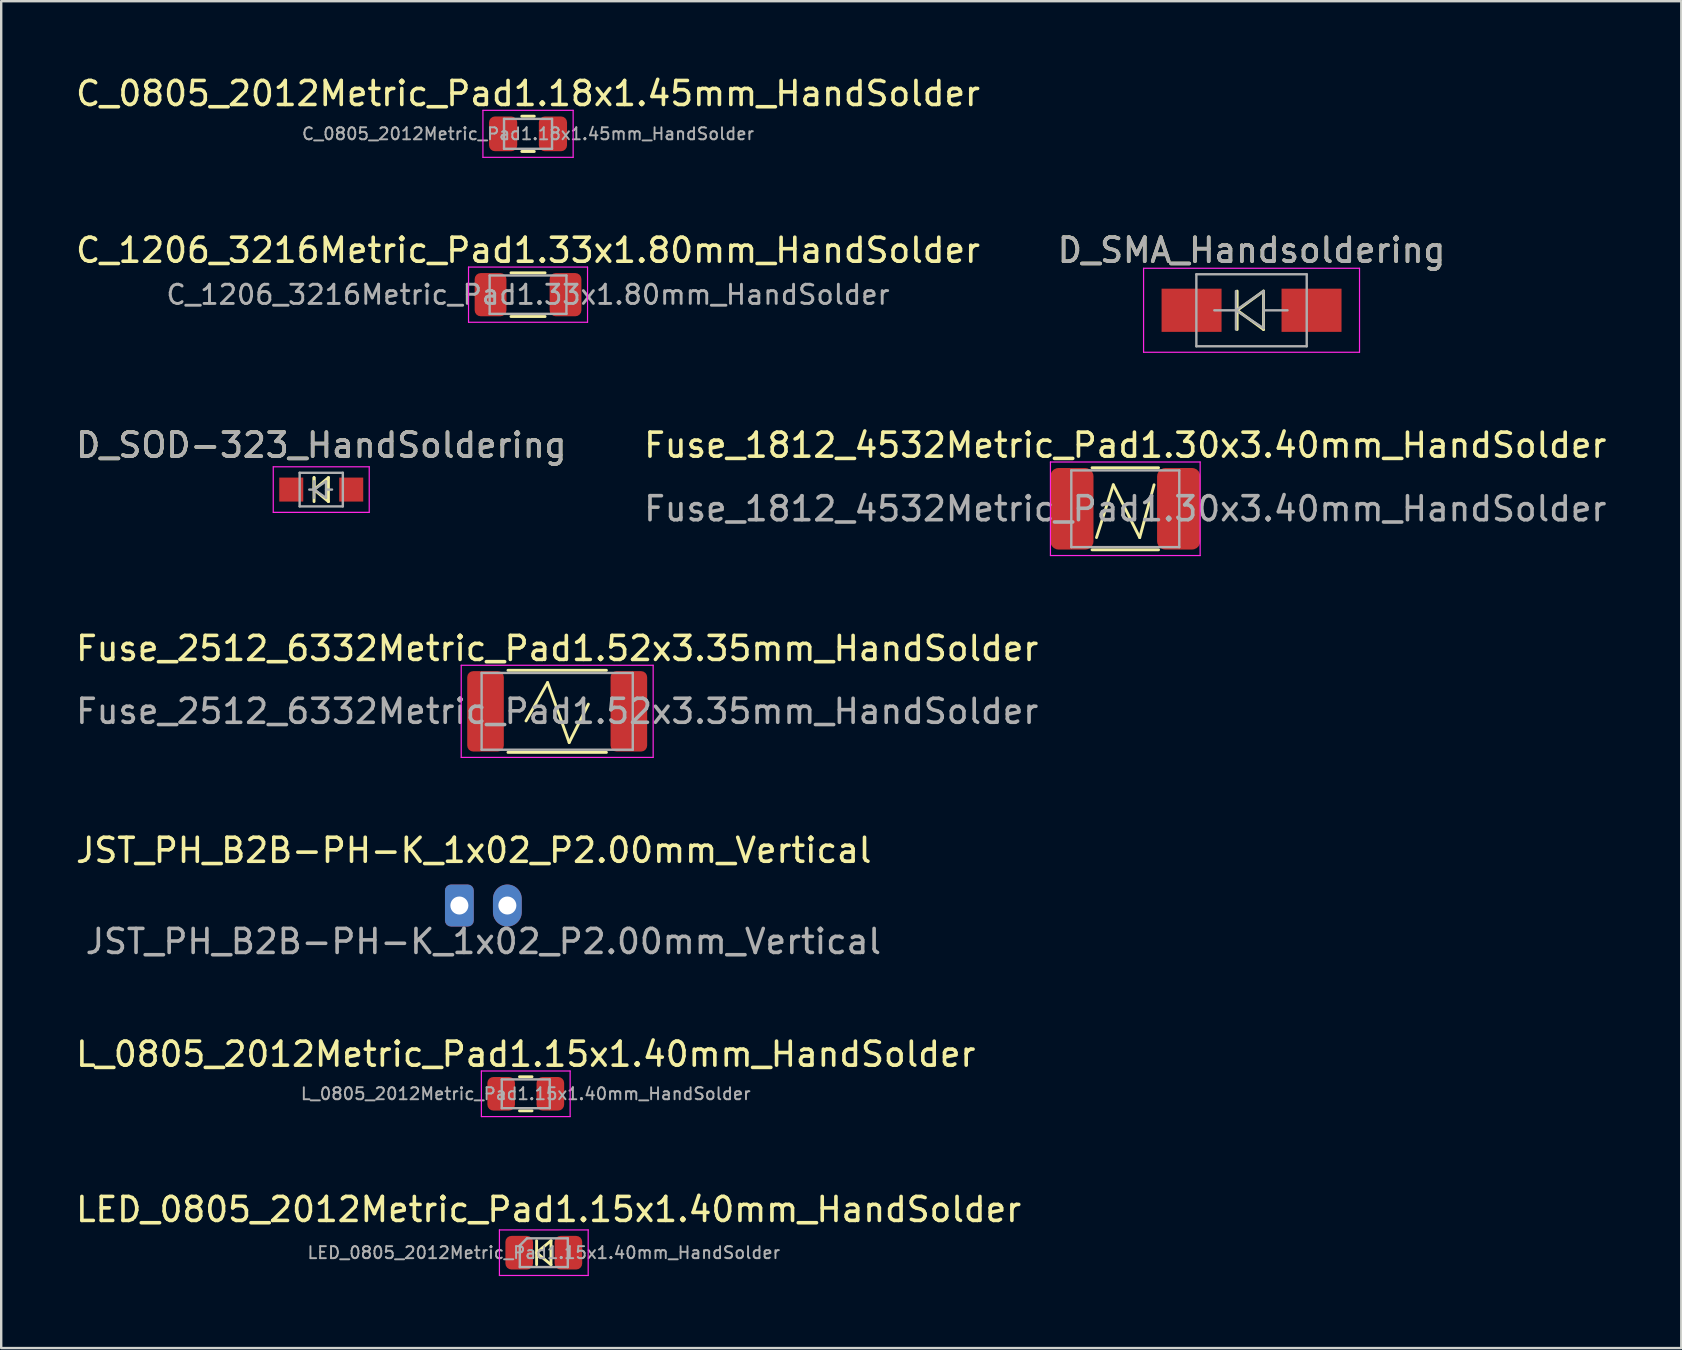
<source format=kicad_pcb>
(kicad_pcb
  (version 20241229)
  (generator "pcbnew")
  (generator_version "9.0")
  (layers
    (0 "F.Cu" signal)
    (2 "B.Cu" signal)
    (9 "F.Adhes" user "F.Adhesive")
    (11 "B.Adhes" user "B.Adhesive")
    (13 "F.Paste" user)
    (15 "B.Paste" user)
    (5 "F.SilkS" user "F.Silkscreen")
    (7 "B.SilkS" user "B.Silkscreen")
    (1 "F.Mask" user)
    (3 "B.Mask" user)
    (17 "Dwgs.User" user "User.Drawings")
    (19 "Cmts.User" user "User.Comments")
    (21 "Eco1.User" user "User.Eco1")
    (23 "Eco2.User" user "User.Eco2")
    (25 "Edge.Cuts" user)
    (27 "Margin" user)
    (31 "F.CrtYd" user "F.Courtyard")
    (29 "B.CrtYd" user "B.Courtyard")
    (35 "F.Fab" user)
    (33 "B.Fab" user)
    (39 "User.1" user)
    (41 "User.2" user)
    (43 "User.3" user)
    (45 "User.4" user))
  (footprint "LED_0805_2012Metric_Pad1.15x1.40mm_HandSolder"
    (layer "F.Cu")
    (at 19.615 49.161)
    (property "Reference" "LED_0805_2012Metric_Pad1.15x1.40mm_HandSolder" (at 0.2 -1.8 0) (layer "F.SilkS") (effects (font (size 1 1) (thickness 0.15))))
    (attr smd)
    (fp_line (start -0.3 -0.5) (end -0.3 0.5) (stroke (width 0.12) (type solid)) (layer "F.SilkS"))
    (fp_line (start -0.3 0) (end 0.3 -0.5) (stroke (width 0.12) (type solid)) (layer "F.SilkS"))
    (fp_line (start 0.3 -0.5) (end 0.3 0.5) (stroke (width 0.12) (type solid)) (layer "F.SilkS"))
    (fp_line (start 0.3 0.5) (end -0.3 0) (stroke (width 0.12) (type solid)) (layer "F.SilkS"))
    (fp_line (start -1.85 -0.95) (end 1.85 -0.95) (stroke (width 0.05) (type solid)) (layer "F.CrtYd"))
    (fp_line (start -1.85 0.95) (end -1.85 -0.95) (stroke (width 0.05) (type solid)) (layer "F.CrtYd"))
    (fp_line (start 1.85 -0.95) (end 1.85 0.95) (stroke (width 0.05) (type solid)) (layer "F.CrtYd"))
    (fp_line (start 1.85 0.95) (end -1.85 0.95) (stroke (width 0.05) (type solid)) (layer "F.CrtYd"))
    (fp_line (start -1 -0.3) (end -1 0.6) (stroke (width 0.1) (type solid)) (layer "F.Fab"))
    (fp_line (start -1 0.6) (end 1 0.6) (stroke (width 0.1) (type solid)) (layer "F.Fab"))
    (fp_line (start -0.7 -0.6) (end -1 -0.3) (stroke (width 0.1) (type solid)) (layer "F.Fab"))
    (fp_line (start 1 -0.6) (end -0.7 -0.6) (stroke (width 0.1) (type solid)) (layer "F.Fab"))
    (fp_line (start 1 0.6) (end 1 -0.6) (stroke (width 0.1) (type solid)) (layer "F.Fab"))
    (fp_text user "${REFERENCE}" (at 0 0 0) (layer "F.Fab") (effects (font (size 0.5 0.5) (thickness 0.08))))
    (pad "1" smd roundrect (at -1.025 0) (size 1.15 1.4) (layers "F.Cu" "F.Mask" "F.Paste") (roundrect_rratio 0.217))
    (pad "2" smd roundrect (at 1.025 0) (size 1.15 1.4) (layers "F.Cu" "F.Mask" "F.Paste") (roundrect_rratio 0.217)))
  (footprint "Fuse_2512_6332Metric_Pad1.52x3.35mm_HandSolder"
    (layer "F.Cu")
    (at 20.173 26.598)
    (property "Reference" "Fuse_2512_6332Metric_Pad1.52x3.35mm_HandSolder" (at 0 -2.62 0) (layer "F.SilkS") (effects (font (size 1 1) (thickness 0.15))))
    (attr smd)
    (fp_line (start -2.052 -1.71) (end 2.052 -1.71) (stroke (width 0.12) (type solid)) (layer "F.SilkS"))
    (fp_line (start -2.052 1.71) (end 2.052 1.71) (stroke (width 0.12) (type solid)) (layer "F.SilkS"))
    (fp_line (start -1.3 0.4) (end -0.4 -1.2) (stroke (width 0.12) (type solid)) (layer "F.SilkS"))
    (fp_line (start -0.4 -1.2) (end 0.5 1.3) (stroke (width 0.12) (type solid)) (layer "F.SilkS"))
    (fp_line (start 0.5 1.3) (end 1.3 -0.3) (stroke (width 0.12) (type solid)) (layer "F.SilkS"))
    (fp_line (start -4 -1.92) (end 4 -1.92) (stroke (width 0.05) (type solid)) (layer "F.CrtYd"))
    (fp_line (start -4 1.92) (end -4 -1.92) (stroke (width 0.05) (type solid)) (layer "F.CrtYd"))
    (fp_line (start 4 -1.92) (end 4 1.92) (stroke (width 0.05) (type solid)) (layer "F.CrtYd"))
    (fp_line (start 4 1.92) (end -4 1.92) (stroke (width 0.05) (type solid)) (layer "F.CrtYd"))
    (fp_line (start -3.15 -1.6) (end 3.15 -1.6) (stroke (width 0.1) (type solid)) (layer "F.Fab"))
    (fp_line (start -3.15 1.6) (end -3.15 -1.6) (stroke (width 0.1) (type solid)) (layer "F.Fab"))
    (fp_line (start 3.15 -1.6) (end 3.15 1.6) (stroke (width 0.1) (type solid)) (layer "F.Fab"))
    (fp_line (start 3.15 1.6) (end -3.15 1.6) (stroke (width 0.1) (type solid)) (layer "F.Fab"))
    (fp_text user "${REFERENCE}" (at 0 0 0) (layer "F.Fab") (effects (font (size 1 1) (thickness 0.15))))
    (pad "1" smd roundrect (at -2.987 0) (size 1.525 3.35) (layers "F.Cu" "F.Mask" "F.Paste") (roundrect_rratio 0.164))
    (pad "2" smd roundrect (at 2.987 0) (size 1.525 3.35) (layers "F.Cu" "F.Mask" "F.Paste") (roundrect_rratio 0.164)))
  (footprint "D_SMA_Handsoldering"
    (layer "F.Cu")
    (at 49.113 9.882)
    (property "Reference" "D_SMA_Handsoldering" (at 0 -2.5 0) (layer "F.SilkS") (effects (font (size 1 1) (thickness 0.15))))
    (attr smd)
    (fp_line (start -0.6 0) (end 0.5 -0.8) (stroke (width 0.12) (type solid)) (layer "F.SilkS"))
    (fp_line (start -0.6 0.8) (end -0.6 -0.8) (stroke (width 0.12) (type solid)) (layer "F.SilkS"))
    (fp_line (start 0.5 -0.8) (end 0.5 0.8) (stroke (width 0.12) (type solid)) (layer "F.SilkS"))
    (fp_line (start 0.5 0.8) (end -0.6 0) (stroke (width 0.12) (type solid)) (layer "F.SilkS"))
    (fp_line (start -4.5 -1.75) (end 4.5 -1.75) (stroke (width 0.05) (type solid)) (layer "F.CrtYd"))
    (fp_line (start -4.5 1.75) (end -4.5 -1.75) (stroke (width 0.05) (type solid)) (layer "F.CrtYd"))
    (fp_line (start 4.5 -1.75) (end 4.5 1.75) (stroke (width 0.05) (type solid)) (layer "F.CrtYd"))
    (fp_line (start 4.5 1.75) (end -4.5 1.75) (stroke (width 0.05) (type solid)) (layer "F.CrtYd"))
    (fp_line (start -2.3 1.5) (end -2.3 -1.5) (stroke (width 0.1) (type solid)) (layer "F.Fab"))
    (fp_line (start -0.649 -0.799) (end -0.649 0.801) (stroke (width 0.1) (type solid)) (layer "F.Fab"))
    (fp_line (start -0.649 0.001) (end -1.551 0.001) (stroke (width 0.1) (type solid)) (layer "F.Fab"))
    (fp_line (start -0.649 0.001) (end 0.501 -0.799) (stroke (width 0.1) (type solid)) (layer "F.Fab"))
    (fp_line (start -0.649 0.001) (end 0.501 0.75) (stroke (width 0.1) (type solid)) (layer "F.Fab"))
    (fp_line (start 0.501 0.001) (end 1.499 0.001) (stroke (width 0.1) (type solid)) (layer "F.Fab"))
    (fp_line (start 0.501 0.75) (end 0.501 -0.799) (stroke (width 0.1) (type solid)) (layer "F.Fab"))
    (fp_line (start 2.3 -1.5) (end -2.3 -1.5) (stroke (width 0.1) (type solid)) (layer "F.Fab"))
    (fp_line (start 2.3 -1.5) (end 2.3 1.5) (stroke (width 0.1) (type solid)) (layer "F.Fab"))
    (fp_line (start 2.3 1.5) (end -2.3 1.5) (stroke (width 0.1) (type solid)) (layer "F.Fab"))
    (fp_text user "${REFERENCE}" (at 0 -2.5 0) (layer "F.Fab") (effects (font (size 1 1) (thickness 0.15))))
    (pad "1" smd rect (at -2.5 0) (size 2.5 1.8) (layers "F.Cu" "F.Mask" "F.Paste"))
    (pad "2" smd rect (at 2.5 0) (size 2.5 1.8) (layers "F.Cu" "F.Mask" "F.Paste")))
  (footprint "D_SOD-323_HandSoldering"
    (layer "F.Cu")
    (at 10.339 17.355)
    (property "Reference" "D_SOD-323_HandSoldering" (at 0 -1.85 0) (layer "F.SilkS") (effects (font (size 1 1) (thickness 0.15))))
    (attr smd)
    (fp_line (start -0.3 -0.5) (end -0.3 0.5) (stroke (width 0.12) (type solid)) (layer "F.SilkS"))
    (fp_line (start -0.3 0) (end -0.3 -0.5) (stroke (width 0.12) (type solid)) (layer "F.SilkS"))
    (fp_line (start -0.3 0) (end 0.3 -0.5) (stroke (width 0.12) (type solid)) (layer "F.SilkS"))
    (fp_line (start 0.3 -0.5) (end 0.3 0.5) (stroke (width 0.12) (type solid)) (layer "F.SilkS"))
    (fp_line (start 0.3 0.5) (end -0.3 0) (stroke (width 0.12) (type solid)) (layer "F.SilkS"))
    (fp_line (start -2 -0.95) (end -2 0.95) (stroke (width 0.05) (type solid)) (layer "F.CrtYd"))
    (fp_line (start -2 -0.95) (end 2 -0.95) (stroke (width 0.05) (type solid)) (layer "F.CrtYd"))
    (fp_line (start -2 0.95) (end 2 0.95) (stroke (width 0.05) (type solid)) (layer "F.CrtYd"))
    (fp_line (start 2 -0.95) (end 2 0.95) (stroke (width 0.05) (type solid)) (layer "F.CrtYd"))
    (fp_line (start -0.9 -0.7) (end 0.9 -0.7) (stroke (width 0.1) (type solid)) (layer "F.Fab"))
    (fp_line (start -0.9 0.7) (end -0.9 -0.7) (stroke (width 0.1) (type solid)) (layer "F.Fab"))
    (fp_line (start -0.3 -0.35) (end -0.3 0.35) (stroke (width 0.1) (type solid)) (layer "F.Fab"))
    (fp_line (start -0.3 0) (end -0.5 0) (stroke (width 0.1) (type solid)) (layer "F.Fab"))
    (fp_line (start -0.3 0) (end 0.2 -0.35) (stroke (width 0.1) (type solid)) (layer "F.Fab"))
    (fp_line (start 0.2 -0.35) (end 0.2 0.35) (stroke (width 0.1) (type solid)) (layer "F.Fab"))
    (fp_line (start 0.2 0) (end 0.45 0) (stroke (width 0.1) (type solid)) (layer "F.Fab"))
    (fp_line (start 0.2 0.35) (end -0.3 0) (stroke (width 0.1) (type solid)) (layer "F.Fab"))
    (fp_line (start 0.9 -0.7) (end 0.9 0.7) (stroke (width 0.1) (type solid)) (layer "F.Fab"))
    (fp_line (start 0.9 0.7) (end -0.9 0.7) (stroke (width 0.1) (type solid)) (layer "F.Fab"))
    (fp_text user "${REFERENCE}" (at 0 -1.85 0) (layer "F.Fab") (effects (font (size 1 1) (thickness 0.15))))
    (pad "1" smd rect (at -1.25 0) (size 1 1) (layers "F.Cu" "F.Mask" "F.Paste"))
    (pad "2" smd rect (at 1.25 0) (size 1 1) (layers "F.Cu" "F.Mask" "F.Paste")))
  (footprint "L_0805_2012Metric_Pad1.15x1.40mm_HandSolder"
    (layer "F.Cu")
    (at 18.863 42.538)
    (property "Reference" "L_0805_2012Metric_Pad1.15x1.40mm_HandSolder" (at 0 -1.65 0) (layer "F.SilkS") (effects (font (size 1 1) (thickness 0.15))))
    (attr smd)
    (fp_line (start -0.261 -0.71) (end 0.261 -0.71) (stroke (width 0.12) (type solid)) (layer "F.SilkS"))
    (fp_line (start -0.261 0.71) (end 0.261 0.71) (stroke (width 0.12) (type solid)) (layer "F.SilkS"))
    (fp_line (start -1.85 -0.95) (end 1.85 -0.95) (stroke (width 0.05) (type solid)) (layer "F.CrtYd"))
    (fp_line (start -1.85 0.95) (end -1.85 -0.95) (stroke (width 0.05) (type solid)) (layer "F.CrtYd"))
    (fp_line (start 1.85 -0.95) (end 1.85 0.95) (stroke (width 0.05) (type solid)) (layer "F.CrtYd"))
    (fp_line (start 1.85 0.95) (end -1.85 0.95) (stroke (width 0.05) (type solid)) (layer "F.CrtYd"))
    (fp_line (start -1 -0.6) (end 1 -0.6) (stroke (width 0.1) (type solid)) (layer "F.Fab"))
    (fp_line (start -1 0.6) (end -1 -0.6) (stroke (width 0.1) (type solid)) (layer "F.Fab"))
    (fp_line (start 1 -0.6) (end 1 0.6) (stroke (width 0.1) (type solid)) (layer "F.Fab"))
    (fp_line (start 1 0.6) (end -1 0.6) (stroke (width 0.1) (type solid)) (layer "F.Fab"))
    (fp_text user "${REFERENCE}" (at 0 0 0) (layer "F.Fab") (effects (font (size 0.5 0.5) (thickness 0.08))))
    (pad "1" smd roundrect (at -1.025 0) (size 1.15 1.4) (layers "F.Cu" "F.Mask" "F.Paste") (roundrect_rratio 0.217))
    (pad "2" smd roundrect (at 1.025 0) (size 1.15 1.4) (layers "F.Cu" "F.Mask" "F.Paste") (roundrect_rratio 0.217)))
  (footprint "Fuse_1812_4532Metric_Pad1.30x3.40mm_HandSolder"
    (layer "F.Cu")
    (at 43.851 18.155)
    (property "Reference" "Fuse_1812_4532Metric_Pad1.30x3.40mm_HandSolder" (at 0 -2.65 0) (layer "F.SilkS") (effects (font (size 1 1) (thickness 0.15))))
    (attr smd)
    (fp_line (start -1.386 -1.71) (end 1.386 -1.71) (stroke (width 0.12) (type solid)) (layer "F.SilkS"))
    (fp_line (start -1.386 1.71) (end 1.386 1.71) (stroke (width 0.12) (type solid)) (layer "F.SilkS"))
    (fp_line (start -1.2 1.2) (end -0.5 -1) (stroke (width 0.12) (type solid)) (layer "F.SilkS"))
    (fp_line (start -0.5 -1) (end 0.6 1.2) (stroke (width 0.12) (type solid)) (layer "F.SilkS"))
    (fp_line (start 0.6 1.2) (end 1.2 -1) (stroke (width 0.12) (type solid)) (layer "F.SilkS"))
    (fp_line (start -3.12 -1.95) (end 3.12 -1.95) (stroke (width 0.05) (type solid)) (layer "F.CrtYd"))
    (fp_line (start -3.12 1.95) (end -3.12 -1.95) (stroke (width 0.05) (type solid)) (layer "F.CrtYd"))
    (fp_line (start 3.12 -1.95) (end 3.12 1.95) (stroke (width 0.05) (type solid)) (layer "F.CrtYd"))
    (fp_line (start 3.12 1.95) (end -3.12 1.95) (stroke (width 0.05) (type solid)) (layer "F.CrtYd"))
    (fp_line (start -2.25 -1.6) (end 2.25 -1.6) (stroke (width 0.1) (type solid)) (layer "F.Fab"))
    (fp_line (start -2.25 1.6) (end -2.25 -1.6) (stroke (width 0.1) (type solid)) (layer "F.Fab"))
    (fp_line (start 2.25 -1.6) (end 2.25 1.6) (stroke (width 0.1) (type solid)) (layer "F.Fab"))
    (fp_line (start 2.25 1.6) (end -2.25 1.6) (stroke (width 0.1) (type solid)) (layer "F.Fab"))
    (fp_text user "${REFERENCE}" (at 0 0 0) (layer "F.Fab") (effects (font (size 1 1) (thickness 0.15))))
    (pad "1" smd roundrect (at -2.225 0) (size 1.8 3.4) (layers "F.Cu" "F.Mask" "F.Paste") (roundrect_rratio 0.192))
    (pad "2" smd roundrect (at 2.225 0) (size 1.8 3.4) (layers "F.Cu" "F.Mask" "F.Paste") (roundrect_rratio 0.192)))
  (footprint "C_0805_2012Metric_Pad1.18x1.45mm_HandSolder"
    (layer "F.Cu")
    (at 18.958 2.528)
    (property "Reference" "C_0805_2012Metric_Pad1.18x1.45mm_HandSolder" (at 0 -1.68 0) (layer "F.SilkS") (effects (font (size 1 1) (thickness 0.15))))
    (attr smd)
    (fp_line (start -0.261 -0.735) (end 0.261 -0.735) (stroke (width 0.12) (type solid)) (layer "F.SilkS"))
    (fp_line (start -0.261 0.735) (end 0.261 0.735) (stroke (width 0.12) (type solid)) (layer "F.SilkS"))
    (fp_line (start -1.88 -0.98) (end 1.88 -0.98) (stroke (width 0.05) (type solid)) (layer "F.CrtYd"))
    (fp_line (start -1.88 0.98) (end -1.88 -0.98) (stroke (width 0.05) (type solid)) (layer "F.CrtYd"))
    (fp_line (start 1.88 -0.98) (end 1.88 0.98) (stroke (width 0.05) (type solid)) (layer "F.CrtYd"))
    (fp_line (start 1.88 0.98) (end -1.88 0.98) (stroke (width 0.05) (type solid)) (layer "F.CrtYd"))
    (fp_line (start -1 -0.625) (end 1 -0.625) (stroke (width 0.1) (type solid)) (layer "F.Fab"))
    (fp_line (start -1 0.625) (end -1 -0.625) (stroke (width 0.1) (type solid)) (layer "F.Fab"))
    (fp_line (start 1 -0.625) (end 1 0.625) (stroke (width 0.1) (type solid)) (layer "F.Fab"))
    (fp_line (start 1 0.625) (end -1 0.625) (stroke (width 0.1) (type solid)) (layer "F.Fab"))
    (fp_text user "${REFERENCE}" (at 0 0 0) (layer "F.Fab") (effects (font (size 0.5 0.5) (thickness 0.08))))
    (pad "1" smd roundrect (at -1.038 0) (size 1.175 1.45) (layers "F.Cu" "F.Mask" "F.Paste") (roundrect_rratio 0.213))
    (pad "2" smd roundrect (at 1.038 0) (size 1.175 1.45) (layers "F.Cu" "F.Mask" "F.Paste") (roundrect_rratio 0.213)))
  (footprint "JST_PH_B2B-PH-K_1x02_P2.00mm_Vertical"
    (layer "F.Cu")
    (at 16.096 34.691)
    (property "Reference" "JST_PH_B2B-PH-K_1x02_P2.00mm_Vertical" (at 0.6 -2.3 0) (layer "F.SilkS") (effects (font (size 1 1) (thickness 0.15))))
    (attr through_hole)
    (fp_text user "${REFERENCE}" (at 1 1.5 0) (layer "F.Fab") (effects (font (size 1 1) (thickness 0.15))))
    (pad "1" thru_hole roundrect (at 0 0) (size 1.2 1.75) (drill 0.75) (layers "*.Cu" "*.Mask") (roundrect_rratio 0.208))
    (pad "2" thru_hole oval (at 2 0) (size 1.2 1.75) (drill 0.75) (layers "*.Cu" "*.Mask")))
  (footprint "C_1206_3216Metric_Pad1.33x1.80mm_HandSolder"
    (layer "F.Cu")
    (at 18.958 9.232)
    (property "Reference" "C_1206_3216Metric_Pad1.33x1.80mm_HandSolder" (at 0 -1.85 0) (layer "F.SilkS") (effects (font (size 1 1) (thickness 0.15))))
    (attr smd)
    (fp_line (start -0.711 -0.91) (end 0.711 -0.91) (stroke (width 0.12) (type solid)) (layer "F.SilkS"))
    (fp_line (start -0.711 0.91) (end 0.711 0.91) (stroke (width 0.12) (type solid)) (layer "F.SilkS"))
    (fp_line (start -2.48 -1.15) (end 2.48 -1.15) (stroke (width 0.05) (type solid)) (layer "F.CrtYd"))
    (fp_line (start -2.48 1.15) (end -2.48 -1.15) (stroke (width 0.05) (type solid)) (layer "F.CrtYd"))
    (fp_line (start 2.48 -1.15) (end 2.48 1.15) (stroke (width 0.05) (type solid)) (layer "F.CrtYd"))
    (fp_line (start 2.48 1.15) (end -2.48 1.15) (stroke (width 0.05) (type solid)) (layer "F.CrtYd"))
    (fp_line (start -1.6 -0.8) (end 1.6 -0.8) (stroke (width 0.1) (type solid)) (layer "F.Fab"))
    (fp_line (start -1.6 0.8) (end -1.6 -0.8) (stroke (width 0.1) (type solid)) (layer "F.Fab"))
    (fp_line (start 1.6 -0.8) (end 1.6 0.8) (stroke (width 0.1) (type solid)) (layer "F.Fab"))
    (fp_line (start 1.6 0.8) (end -1.6 0.8) (stroke (width 0.1) (type solid)) (layer "F.Fab"))
    (fp_text user "${REFERENCE}" (at 0 0 0) (layer "F.Fab") (effects (font (size 0.8 0.8) (thickness 0.12))))
    (pad "1" smd roundrect (at -1.562 0) (size 1.325 1.8) (layers "F.Cu" "F.Mask" "F.Paste") (roundrect_rratio 0.189))
    (pad "2" smd roundrect (at 1.562 0) (size 1.325 1.8) (layers "F.Cu" "F.Mask" "F.Paste") (roundrect_rratio 0.189)))
  (gr_rect
    (start -3 -3)
    (end 67.024 53.136)
    (stroke (width 0.1) (type default))
    (fill no)
    (layer "Edge.Cuts")))
</source>
